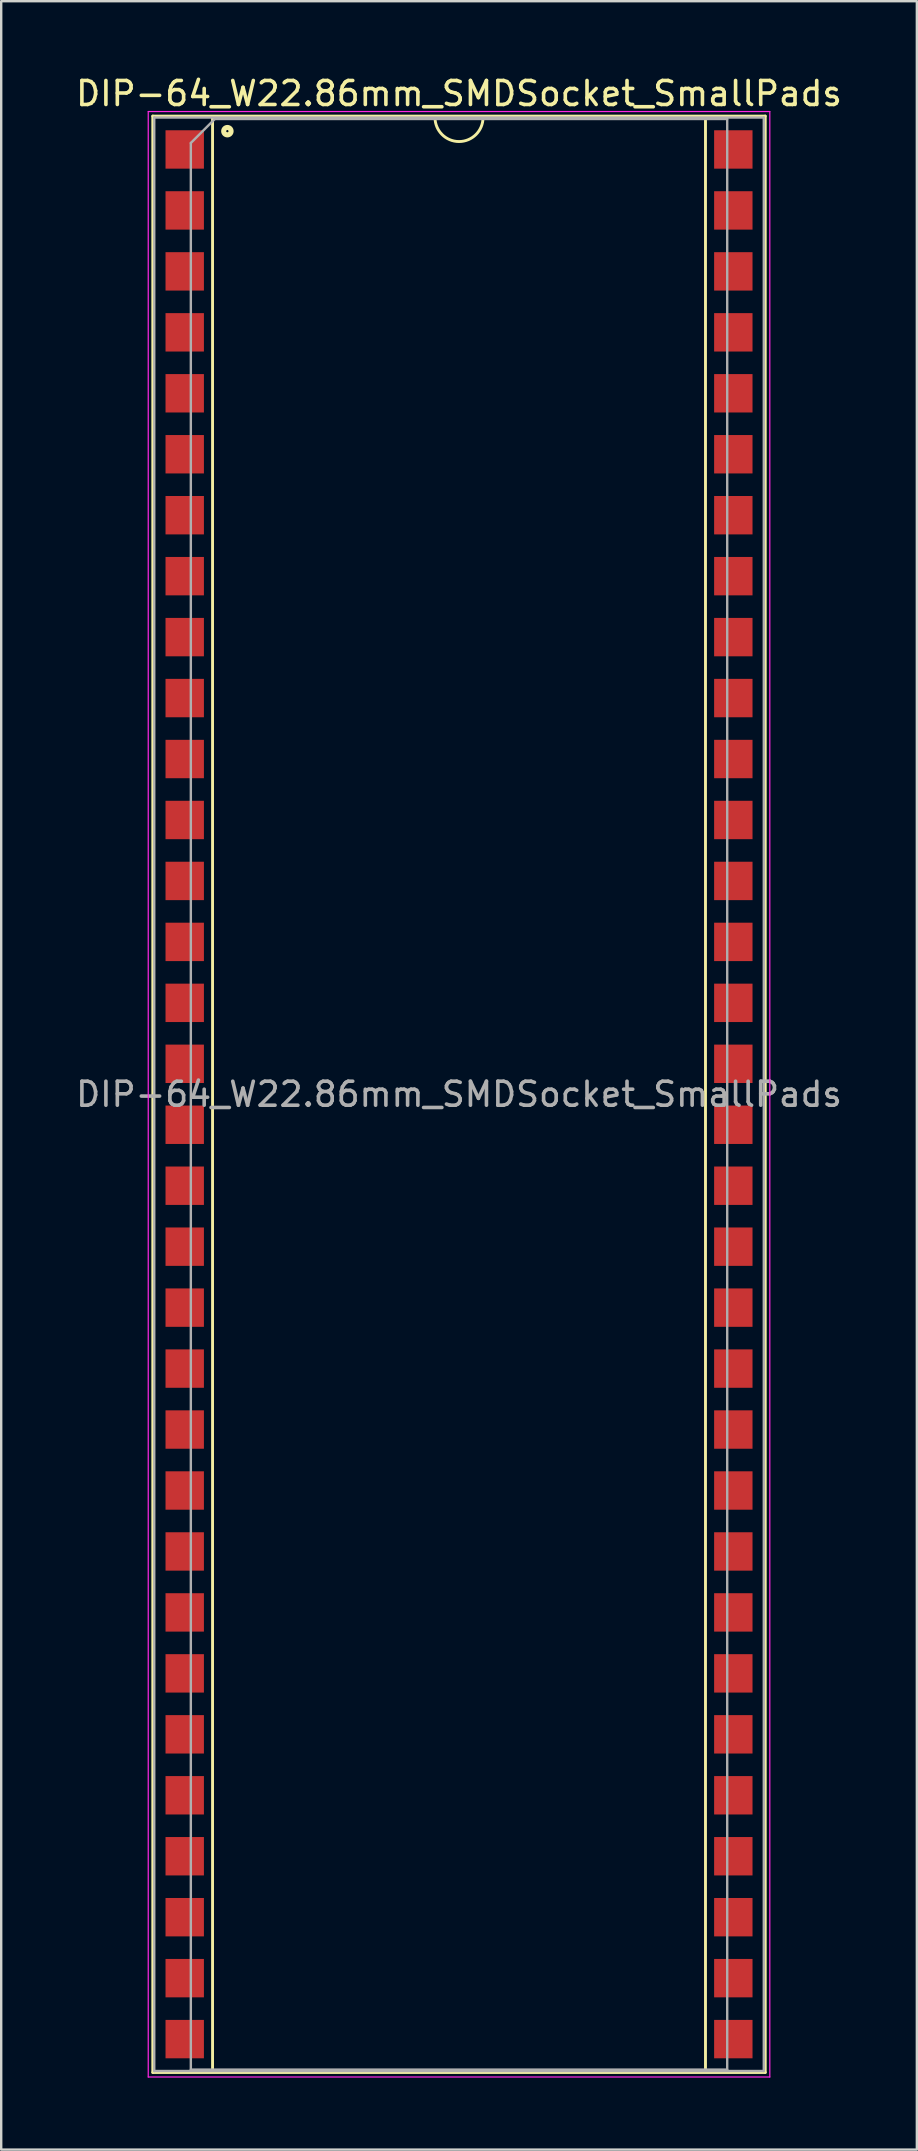
<source format=kicad_pcb>
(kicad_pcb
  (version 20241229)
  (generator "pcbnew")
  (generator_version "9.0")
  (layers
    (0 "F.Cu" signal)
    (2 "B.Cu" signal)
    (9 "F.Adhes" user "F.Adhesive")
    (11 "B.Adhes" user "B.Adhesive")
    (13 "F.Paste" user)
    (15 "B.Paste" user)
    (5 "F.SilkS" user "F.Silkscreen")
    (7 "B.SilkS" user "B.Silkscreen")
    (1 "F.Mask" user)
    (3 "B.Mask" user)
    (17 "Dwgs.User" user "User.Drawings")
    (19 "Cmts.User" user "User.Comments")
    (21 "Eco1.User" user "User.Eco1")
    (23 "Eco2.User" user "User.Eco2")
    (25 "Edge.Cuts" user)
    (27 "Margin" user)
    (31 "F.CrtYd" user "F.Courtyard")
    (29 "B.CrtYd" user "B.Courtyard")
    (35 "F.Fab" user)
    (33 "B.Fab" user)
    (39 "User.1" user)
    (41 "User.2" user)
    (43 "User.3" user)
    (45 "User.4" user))
  (footprint "DIP-64_W22.86mm_SMDSocket_SmallPads"
    (layer "F.Cu")
    (at 16.077 42.548)
    (property "Reference" "DIP-64_W22.86mm_SMDSocket_SmallPads" (at 0 -41.7 0) (layer "F.SilkS") (effects (font (size 1 1) (thickness 0.15))))
    (attr smd)
    (fp_line (start -12.76 -40.76) (end -12.76 40.76) (stroke (width 0.12) (type solid)) (layer "F.SilkS"))
    (fp_line (start -12.76 40.76) (end 12.76 40.76) (stroke (width 0.12) (type solid)) (layer "F.SilkS"))
    (fp_line (start -10.27 -40.7) (end -10.27 40.7) (stroke (width 0.12) (type solid)) (layer "F.SilkS"))
    (fp_line (start -10.27 40.7) (end 10.27 40.7) (stroke (width 0.12) (type solid)) (layer "F.SilkS"))
    (fp_line (start -1 -40.7) (end -10.27 -40.7) (stroke (width 0.12) (type solid)) (layer "F.SilkS"))
    (fp_line (start 10.27 -40.7) (end 1 -40.7) (stroke (width 0.12) (type solid)) (layer "F.SilkS"))
    (fp_line (start 10.27 40.7) (end 10.27 -40.7) (stroke (width 0.12) (type solid)) (layer "F.SilkS"))
    (fp_line (start 12.76 -40.76) (end -12.76 -40.76) (stroke (width 0.12) (type solid)) (layer "F.SilkS"))
    (fp_line (start 12.76 40.76) (end 12.76 -40.76) (stroke (width 0.12) (type solid)) (layer "F.SilkS"))
    (fp_arc (start 1 -40.7) (mid 0 -39.7) (end -1 -40.7) (stroke (width 0.12) (type solid)) (layer "F.SilkS"))
    (fp_circle (center -9.652 -40.132) (end -9.602 -40.132) (stroke (width 0.12) (type solid)) (fill no) (layer "F.SilkS"))
    (fp_circle (center -9.652 -40.132) (end -9.527 -40.132) (stroke (width 0.12) (type solid)) (fill no) (layer "F.SilkS"))
    (fp_circle (center -9.652 -40.132) (end -9.452 -40.132) (stroke (width 0.12) (type solid)) (fill no) (layer "F.SilkS"))
    (fp_line (start -12.95 -40.95) (end -12.95 40.95) (stroke (width 0.05) (type solid)) (layer "F.CrtYd"))
    (fp_line (start -12.95 40.95) (end 12.95 40.95) (stroke (width 0.05) (type solid)) (layer "F.CrtYd"))
    (fp_line (start 12.95 -40.95) (end -12.95 -40.95) (stroke (width 0.05) (type solid)) (layer "F.CrtYd"))
    (fp_line (start 12.95 40.95) (end 12.95 -40.95) (stroke (width 0.05) (type solid)) (layer "F.CrtYd"))
    (fp_line (start -12.7 -40.7) (end -12.7 40.7) (stroke (width 0.1) (type solid)) (layer "F.Fab"))
    (fp_line (start -12.7 40.7) (end 12.7 40.7) (stroke (width 0.1) (type solid)) (layer "F.Fab"))
    (fp_line (start -11.175 -39.64) (end -10.175 -40.64) (stroke (width 0.1) (type solid)) (layer "F.Fab"))
    (fp_line (start -11.175 40.64) (end -11.175 -39.64) (stroke (width 0.1) (type solid)) (layer "F.Fab"))
    (fp_line (start -10.175 -40.64) (end 11.175 -40.64) (stroke (width 0.1) (type solid)) (layer "F.Fab"))
    (fp_line (start 11.175 -40.64) (end 11.175 40.64) (stroke (width 0.1) (type solid)) (layer "F.Fab"))
    (fp_line (start 11.175 40.64) (end -11.175 40.64) (stroke (width 0.1) (type solid)) (layer "F.Fab"))
    (fp_line (start 12.7 -40.7) (end -12.7 -40.7) (stroke (width 0.1) (type solid)) (layer "F.Fab"))
    (fp_line (start 12.7 40.7) (end 12.7 -40.7) (stroke (width 0.1) (type solid)) (layer "F.Fab"))
    (fp_text user "${REFERENCE}" (at 0 0 0) (layer "F.Fab") (effects (font (size 1 1) (thickness 0.15))))
    (pad "1" smd rect (at -11.43 -39.37) (size 1.6 1.6) (layers "F.Cu" "F.Mask" "F.Paste"))
    (pad "2" smd rect (at -11.43 -36.83) (size 1.6 1.6) (layers "F.Cu" "F.Mask" "F.Paste"))
    (pad "3" smd rect (at -11.43 -34.29) (size 1.6 1.6) (layers "F.Cu" "F.Mask" "F.Paste"))
    (pad "4" smd rect (at -11.43 -31.75) (size 1.6 1.6) (layers "F.Cu" "F.Mask" "F.Paste"))
    (pad "5" smd rect (at -11.43 -29.21) (size 1.6 1.6) (layers "F.Cu" "F.Mask" "F.Paste"))
    (pad "6" smd rect (at -11.43 -26.67) (size 1.6 1.6) (layers "F.Cu" "F.Mask" "F.Paste"))
    (pad "7" smd rect (at -11.43 -24.13) (size 1.6 1.6) (layers "F.Cu" "F.Mask" "F.Paste"))
    (pad "8" smd rect (at -11.43 -21.59) (size 1.6 1.6) (layers "F.Cu" "F.Mask" "F.Paste"))
    (pad "9" smd rect (at -11.43 -19.05) (size 1.6 1.6) (layers "F.Cu" "F.Mask" "F.Paste"))
    (pad "10" smd rect (at -11.43 -16.51) (size 1.6 1.6) (layers "F.Cu" "F.Mask" "F.Paste"))
    (pad "11" smd rect (at -11.43 -13.97) (size 1.6 1.6) (layers "F.Cu" "F.Mask" "F.Paste"))
    (pad "12" smd rect (at -11.43 -11.43) (size 1.6 1.6) (layers "F.Cu" "F.Mask" "F.Paste"))
    (pad "13" smd rect (at -11.43 -8.89) (size 1.6 1.6) (layers "F.Cu" "F.Mask" "F.Paste"))
    (pad "14" smd rect (at -11.43 -6.35) (size 1.6 1.6) (layers "F.Cu" "F.Mask" "F.Paste"))
    (pad "15" smd rect (at -11.43 -3.81) (size 1.6 1.6) (layers "F.Cu" "F.Mask" "F.Paste"))
    (pad "16" smd rect (at -11.43 -1.27) (size 1.6 1.6) (layers "F.Cu" "F.Mask" "F.Paste"))
    (pad "17" smd rect (at -11.43 1.27) (size 1.6 1.6) (layers "F.Cu" "F.Mask" "F.Paste"))
    (pad "18" smd rect (at -11.43 3.81) (size 1.6 1.6) (layers "F.Cu" "F.Mask" "F.Paste"))
    (pad "19" smd rect (at -11.43 6.35) (size 1.6 1.6) (layers "F.Cu" "F.Mask" "F.Paste"))
    (pad "20" smd rect (at -11.43 8.89) (size 1.6 1.6) (layers "F.Cu" "F.Mask" "F.Paste"))
    (pad "21" smd rect (at -11.43 11.43) (size 1.6 1.6) (layers "F.Cu" "F.Mask" "F.Paste"))
    (pad "22" smd rect (at -11.43 13.97) (size 1.6 1.6) (layers "F.Cu" "F.Mask" "F.Paste"))
    (pad "23" smd rect (at -11.43 16.51) (size 1.6 1.6) (layers "F.Cu" "F.Mask" "F.Paste"))
    (pad "24" smd rect (at -11.43 19.05) (size 1.6 1.6) (layers "F.Cu" "F.Mask" "F.Paste"))
    (pad "25" smd rect (at -11.43 21.59) (size 1.6 1.6) (layers "F.Cu" "F.Mask" "F.Paste"))
    (pad "26" smd rect (at -11.43 24.13) (size 1.6 1.6) (layers "F.Cu" "F.Mask" "F.Paste"))
    (pad "27" smd rect (at -11.43 26.67) (size 1.6 1.6) (layers "F.Cu" "F.Mask" "F.Paste"))
    (pad "28" smd rect (at -11.43 29.21) (size 1.6 1.6) (layers "F.Cu" "F.Mask" "F.Paste"))
    (pad "29" smd rect (at -11.43 31.75) (size 1.6 1.6) (layers "F.Cu" "F.Mask" "F.Paste"))
    (pad "30" smd rect (at -11.43 34.29) (size 1.6 1.6) (layers "F.Cu" "F.Mask" "F.Paste"))
    (pad "31" smd rect (at -11.43 36.83) (size 1.6 1.6) (layers "F.Cu" "F.Mask" "F.Paste"))
    (pad "32" smd rect (at -11.43 39.37) (size 1.6 1.6) (layers "F.Cu" "F.Mask" "F.Paste"))
    (pad "33" smd rect (at 11.43 39.37) (size 1.6 1.6) (layers "F.Cu" "F.Mask" "F.Paste"))
    (pad "34" smd rect (at 11.43 36.83) (size 1.6 1.6) (layers "F.Cu" "F.Mask" "F.Paste"))
    (pad "35" smd rect (at 11.43 34.29) (size 1.6 1.6) (layers "F.Cu" "F.Mask" "F.Paste"))
    (pad "36" smd rect (at 11.43 31.75) (size 1.6 1.6) (layers "F.Cu" "F.Mask" "F.Paste"))
    (pad "37" smd rect (at 11.43 29.21) (size 1.6 1.6) (layers "F.Cu" "F.Mask" "F.Paste"))
    (pad "38" smd rect (at 11.43 26.67) (size 1.6 1.6) (layers "F.Cu" "F.Mask" "F.Paste"))
    (pad "39" smd rect (at 11.43 24.13) (size 1.6 1.6) (layers "F.Cu" "F.Mask" "F.Paste"))
    (pad "40" smd rect (at 11.43 21.59) (size 1.6 1.6) (layers "F.Cu" "F.Mask" "F.Paste"))
    (pad "41" smd rect (at 11.43 19.05) (size 1.6 1.6) (layers "F.Cu" "F.Mask" "F.Paste"))
    (pad "42" smd rect (at 11.43 16.51) (size 1.6 1.6) (layers "F.Cu" "F.Mask" "F.Paste"))
    (pad "43" smd rect (at 11.43 13.97) (size 1.6 1.6) (layers "F.Cu" "F.Mask" "F.Paste"))
    (pad "44" smd rect (at 11.43 11.43) (size 1.6 1.6) (layers "F.Cu" "F.Mask" "F.Paste"))
    (pad "45" smd rect (at 11.43 8.89) (size 1.6 1.6) (layers "F.Cu" "F.Mask" "F.Paste"))
    (pad "46" smd rect (at 11.43 6.35) (size 1.6 1.6) (layers "F.Cu" "F.Mask" "F.Paste"))
    (pad "47" smd rect (at 11.43 3.81) (size 1.6 1.6) (layers "F.Cu" "F.Mask" "F.Paste"))
    (pad "48" smd rect (at 11.43 1.27) (size 1.6 1.6) (layers "F.Cu" "F.Mask" "F.Paste"))
    (pad "49" smd rect (at 11.43 -1.27) (size 1.6 1.6) (layers "F.Cu" "F.Mask" "F.Paste"))
    (pad "50" smd rect (at 11.43 -3.81) (size 1.6 1.6) (layers "F.Cu" "F.Mask" "F.Paste"))
    (pad "51" smd rect (at 11.43 -6.35) (size 1.6 1.6) (layers "F.Cu" "F.Mask" "F.Paste"))
    (pad "52" smd rect (at 11.43 -8.89) (size 1.6 1.6) (layers "F.Cu" "F.Mask" "F.Paste"))
    (pad "53" smd rect (at 11.43 -11.43) (size 1.6 1.6) (layers "F.Cu" "F.Mask" "F.Paste"))
    (pad "54" smd rect (at 11.43 -13.97) (size 1.6 1.6) (layers "F.Cu" "F.Mask" "F.Paste"))
    (pad "55" smd rect (at 11.43 -16.51) (size 1.6 1.6) (layers "F.Cu" "F.Mask" "F.Paste"))
    (pad "56" smd rect (at 11.43 -19.05) (size 1.6 1.6) (layers "F.Cu" "F.Mask" "F.Paste"))
    (pad "57" smd rect (at 11.43 -21.59) (size 1.6 1.6) (layers "F.Cu" "F.Mask" "F.Paste"))
    (pad "58" smd rect (at 11.43 -24.13) (size 1.6 1.6) (layers "F.Cu" "F.Mask" "F.Paste"))
    (pad "59" smd rect (at 11.43 -26.67) (size 1.6 1.6) (layers "F.Cu" "F.Mask" "F.Paste"))
    (pad "60" smd rect (at 11.43 -29.21) (size 1.6 1.6) (layers "F.Cu" "F.Mask" "F.Paste"))
    (pad "61" smd rect (at 11.43 -31.75) (size 1.6 1.6) (layers "F.Cu" "F.Mask" "F.Paste"))
    (pad "62" smd rect (at 11.43 -34.29) (size 1.6 1.6) (layers "F.Cu" "F.Mask" "F.Paste"))
    (pad "63" smd rect (at 11.43 -36.83) (size 1.6 1.6) (layers "F.Cu" "F.Mask" "F.Paste"))
    (pad "64" smd rect (at 11.43 -39.37) (size 1.6 1.6) (layers "F.Cu" "F.Mask" "F.Paste")))
  (gr_rect
    (start -3 -3)
    (end 35.155 86.523)
    (stroke (width 0.1) (type default))
    (fill no)
    (layer "Edge.Cuts")))
</source>
